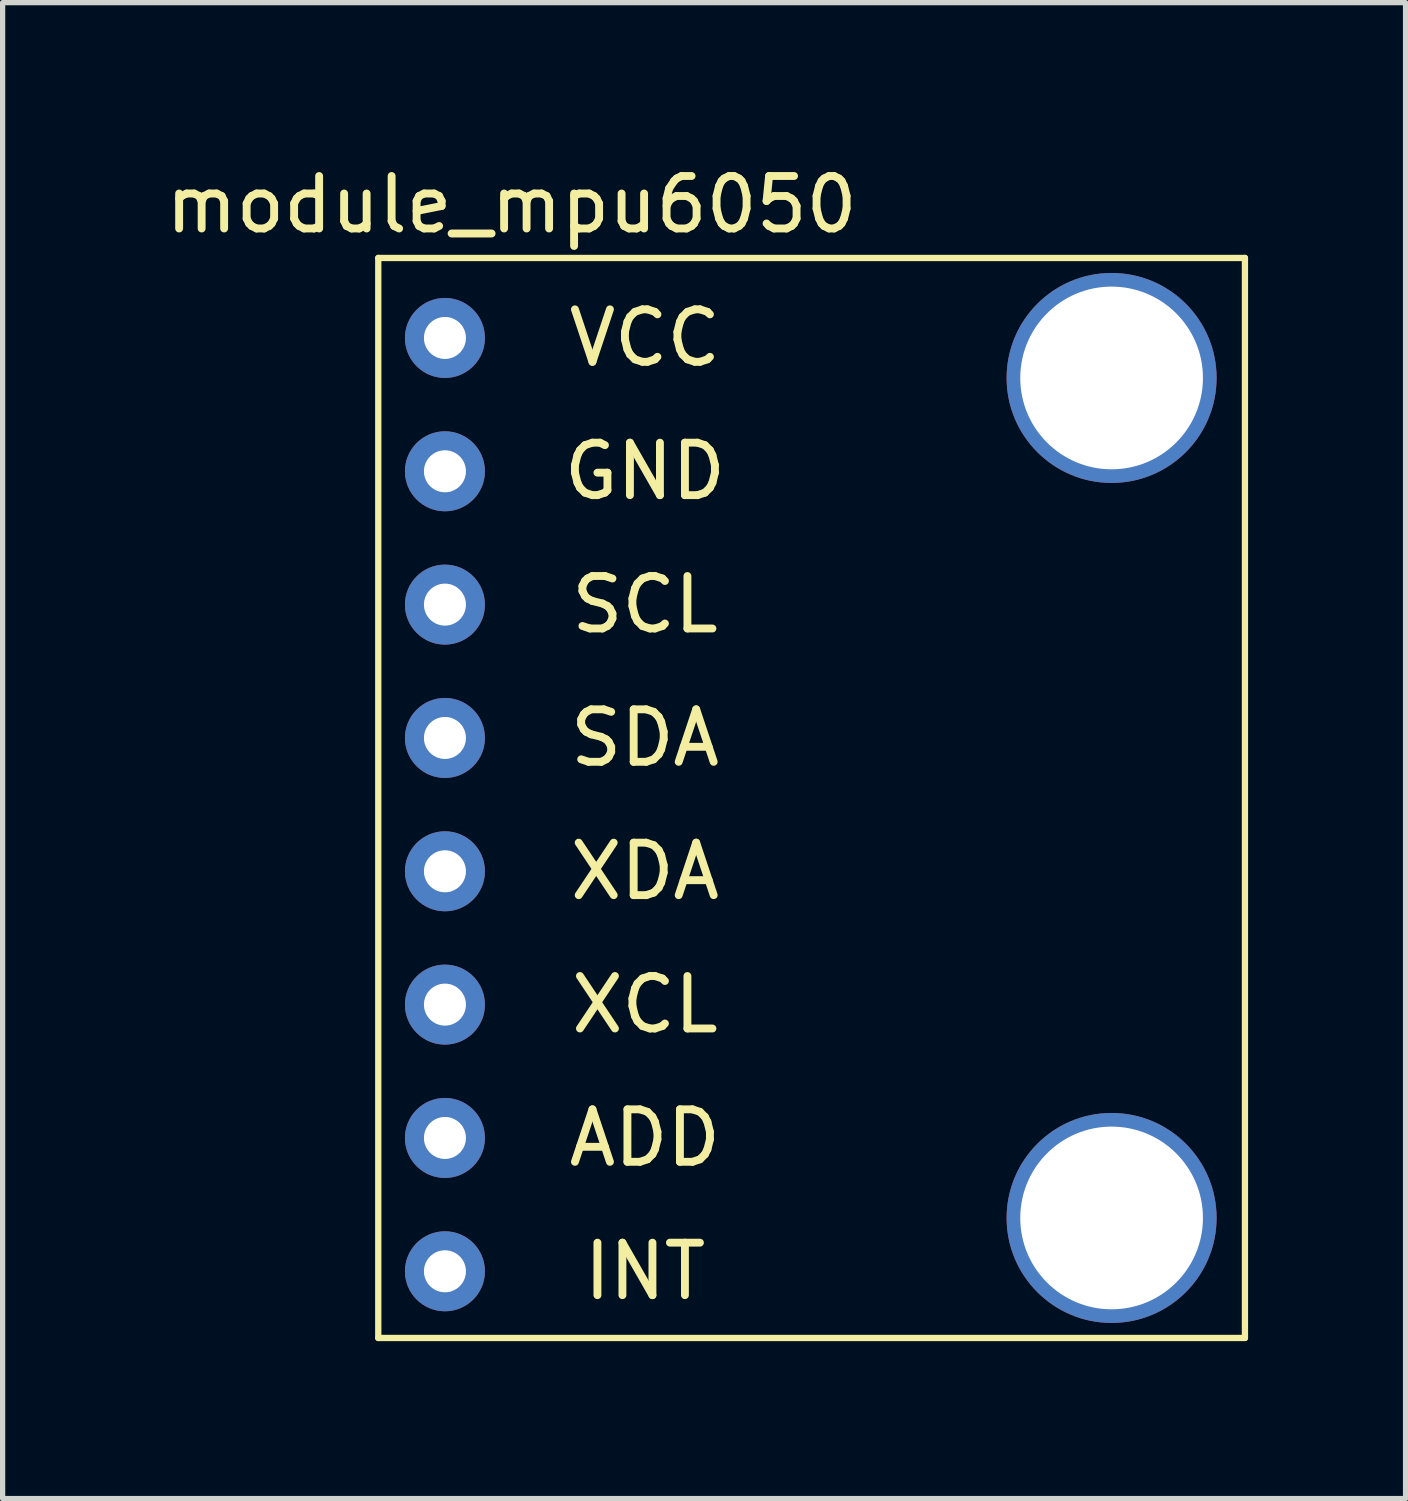
<source format=kicad_pcb>
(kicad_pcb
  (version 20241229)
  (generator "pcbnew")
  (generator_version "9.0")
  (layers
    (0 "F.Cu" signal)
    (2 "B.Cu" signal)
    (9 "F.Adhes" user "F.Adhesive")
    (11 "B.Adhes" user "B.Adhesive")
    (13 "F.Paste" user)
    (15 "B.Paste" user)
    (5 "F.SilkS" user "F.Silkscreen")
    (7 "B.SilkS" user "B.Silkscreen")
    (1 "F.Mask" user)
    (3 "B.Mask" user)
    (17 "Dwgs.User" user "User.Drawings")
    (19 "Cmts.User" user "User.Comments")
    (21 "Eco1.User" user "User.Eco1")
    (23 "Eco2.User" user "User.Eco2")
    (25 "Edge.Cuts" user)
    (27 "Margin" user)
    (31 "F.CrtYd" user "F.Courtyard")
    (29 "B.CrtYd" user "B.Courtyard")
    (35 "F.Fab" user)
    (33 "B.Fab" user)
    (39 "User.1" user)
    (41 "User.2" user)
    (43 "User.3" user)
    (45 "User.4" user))
  (footprint "module_mpu6050"
    (layer "F.Cu")
    (at 5.426 21.168)
    (property "Reference" "module_mpu6050" (at 1.27 -20.32 0) (layer "F.SilkS") (effects (font (size 1 1) (thickness 0.15))))
    (attr through_hole)
    (fp_line (start -1.27 -19.304) (end 15.24 -19.304) (stroke (width 0.12) (type solid)) (layer "F.SilkS"))
    (fp_line (start -1.27 1.27) (end -1.27 -19.304) (stroke (width 0.12) (type solid)) (layer "F.SilkS"))
    (fp_line (start 15.24 -19.304) (end 15.24 1.27) (stroke (width 0.12) (type solid)) (layer "F.SilkS"))
    (fp_line (start 15.24 1.27) (end -1.27 1.27) (stroke (width 0.12) (type solid)) (layer "F.SilkS"))
    (fp_circle (center 12.7 -17.018) (end 13.208 -15.748) (stroke (width 0.12) (type solid)) (fill no) (layer "F.SilkS"))
    (fp_circle (center 12.7 -1.016) (end 13.208 0.254) (stroke (width 0.12) (type solid)) (fill no) (layer "F.SilkS"))
    (fp_text user "XDA" (at 3.81 -7.62 0) (layer "F.SilkS") (effects (font (size 1 1) (thickness 0.15))))
    (fp_text user "XCL" (at 3.81 -5.08 0) (layer "F.SilkS") (effects (font (size 1 1) (thickness 0.15))))
    (fp_text user "ADD" (at 3.81 -2.54 0) (layer "F.SilkS") (effects (font (size 1 1) (thickness 0.15))))
    (fp_text user "INT" (at 3.81 0 0) (layer "F.SilkS") (effects (font (size 1 1) (thickness 0.15))))
    (fp_text user "SDA" (at 3.81 -10.16 0) (layer "F.SilkS") (effects (font (size 1 1) (thickness 0.15))))
    (fp_text user "GND" (at 3.81 -15.24 0) (layer "F.SilkS") (effects (font (size 1 1) (thickness 0.15))))
    (fp_text user "SCL" (at 3.81 -12.7 0) (layer "F.SilkS") (effects (font (size 1 1) (thickness 0.15))))
    (fp_text user "VCC" (at 3.81 -17.78 0) (layer "F.SilkS") (effects (font (size 1 1) (thickness 0.15))))
    (pad "" np_thru_hole circle (at 12.7 -17.018) (size 4 4) (drill 3.48) (layers "*.Cu" "*.Mask"))
    (pad "" np_thru_hole circle (at 12.7 -1.016) (size 4 4) (drill 3.48) (layers "*.Cu" "*.Mask"))
    (pad "1" thru_hole circle (at 0 -17.78) (size 1.524 1.524) (drill 0.8) (layers "*.Cu" "*.Mask"))
    (pad "2" thru_hole circle (at 0 -15.24) (size 1.524 1.524) (drill 0.8) (layers "*.Cu" "*.Mask"))
    (pad "3" thru_hole circle (at 0 -12.7) (size 1.524 1.524) (drill 0.8) (layers "*.Cu" "*.Mask"))
    (pad "4" thru_hole circle (at 0 -10.16) (size 1.524 1.524) (drill 0.8) (layers "*.Cu" "*.Mask"))
    (pad "5" thru_hole circle (at 0 -7.62) (size 1.524 1.524) (drill 0.8) (layers "*.Cu" "*.Mask"))
    (pad "6" thru_hole circle (at 0 -5.08) (size 1.524 1.524) (drill 0.8) (layers "*.Cu" "*.Mask"))
    (pad "7" thru_hole circle (at 0 -2.54) (size 1.524 1.524) (drill 0.8) (layers "*.Cu" "*.Mask"))
    (pad "8" thru_hole circle (at 0 0) (size 1.524 1.524) (drill 0.8) (layers "*.Cu" "*.Mask")))
  (gr_rect
    (start -3 -3)
    (end 23.726 25.498)
    (stroke (width 0.1) (type default))
    (fill no)
    (layer "Edge.Cuts")))
</source>
